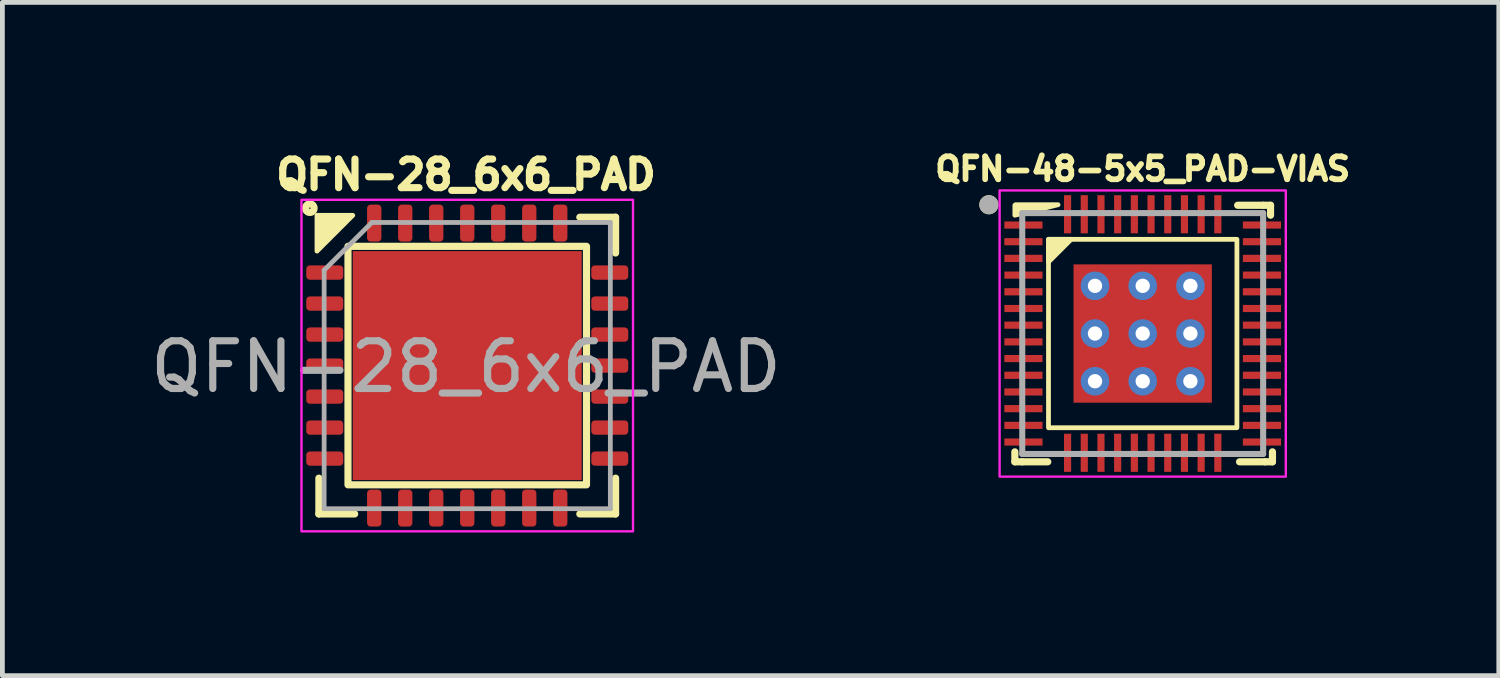
<source format=kicad_pcb>
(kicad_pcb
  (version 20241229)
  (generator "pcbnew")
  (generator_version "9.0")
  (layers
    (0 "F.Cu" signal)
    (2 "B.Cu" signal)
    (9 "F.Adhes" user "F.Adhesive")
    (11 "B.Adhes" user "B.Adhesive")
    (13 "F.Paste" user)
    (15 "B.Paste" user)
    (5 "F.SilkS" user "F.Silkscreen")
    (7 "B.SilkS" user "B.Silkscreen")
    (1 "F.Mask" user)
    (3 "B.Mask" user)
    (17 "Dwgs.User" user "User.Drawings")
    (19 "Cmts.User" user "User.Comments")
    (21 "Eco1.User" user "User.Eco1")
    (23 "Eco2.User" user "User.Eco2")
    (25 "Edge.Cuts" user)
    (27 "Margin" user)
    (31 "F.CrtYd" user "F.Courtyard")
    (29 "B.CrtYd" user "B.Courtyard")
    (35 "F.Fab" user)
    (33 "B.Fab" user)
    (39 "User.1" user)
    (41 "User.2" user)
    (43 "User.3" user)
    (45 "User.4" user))
  (footprint "QFN-28_6x6_PAD"
    (layer "F.Cu")
    (at 6.72 4.614)
    (property "Reference" "QFN-28_6x6_PAD" (at 0 -4 0) (unlocked yes) (layer "F.SilkS") (effects (font (size 0.6 0.6) (thickness 0.15) (bold yes))))
    (attr smd)
    (fp_line (start -3.085 3.11) (end -3.085 2.36) (stroke (width 0.15) (type solid)) (layer "F.SilkS"))
    (fp_line (start -2.335 3.11) (end -3.085 3.11) (stroke (width 0.15) (type solid)) (layer "F.SilkS"))
    (fp_line (start 2.385 -3.11) (end 3.135 -3.11) (stroke (width 0.15) (type solid)) (layer "F.SilkS"))
    (fp_line (start 2.385 3.11) (end 3.135 3.11) (stroke (width 0.15) (type solid)) (layer "F.SilkS"))
    (fp_line (start 3.135 -3.11) (end 3.135 -2.36) (stroke (width 0.15) (type solid)) (layer "F.SilkS"))
    (fp_line (start 3.135 3.11) (end 3.135 2.36) (stroke (width 0.15) (type solid)) (layer "F.SilkS"))
    (fp_rect (start -2.475 -2.5) (end 2.525 2.5) (stroke (width 0.15) (type solid)) (fill no) (layer "F.SilkS"))
    (fp_circle (center -3.275 -3.3) (end -3.185 -3.3) (stroke (width 0.15) (type default)) (fill no) (layer "F.SilkS"))
    (fp_poly (pts (xy -2.375 -3.15) (xy -3.125 -3.15) (xy -3.125 -2.4)) (stroke (width 0.1) (type solid)) (fill yes) (layer "F.SilkS"))
    (fp_rect (start -3.45 -3.475) (end 3.5 3.475) (stroke (width 0.05) (type default)) (fill no) (layer "F.CrtYd"))
    (fp_line (start -2.975 -2) (end -1.975 -3) (stroke (width 0.1) (type solid)) (layer "F.Fab"))
    (fp_line (start -2.975 3) (end -2.975 -2) (stroke (width 0.1) (type solid)) (layer "F.Fab"))
    (fp_line (start -1.975 -3) (end 3.025 -3) (stroke (width 0.1) (type solid)) (layer "F.Fab"))
    (fp_line (start 3.025 -3) (end 3.025 3) (stroke (width 0.1) (type solid)) (layer "F.Fab"))
    (fp_line (start 3.025 3) (end -2.975 3) (stroke (width 0.1) (type solid)) (layer "F.Fab"))
    (fp_text user "${REFERENCE}" (at 0 0.025 0) (unlocked yes) (layer "F.Fab") (effects (font (size 1 1) (thickness 0.15))))
    (pad "" smd roundrect (at -1.575 -1.6) (size 1.29 1.29) (layers "F.Paste") (roundrect_rratio 0.194))
    (pad "" smd roundrect (at -1.575 0) (size 1.29 1.29) (layers "F.Paste") (roundrect_rratio 0.194))
    (pad "" smd roundrect (at -1.575 1.6) (size 1.29 1.29) (layers "F.Paste") (roundrect_rratio 0.194))
    (pad "" smd roundrect (at 0.025 -1.6) (size 1.29 1.29) (layers "F.Paste") (roundrect_rratio 0.194))
    (pad "" smd roundrect (at 0.025 0) (size 1.29 1.29) (layers "F.Paste") (roundrect_rratio 0.194))
    (pad "" smd roundrect (at 0.025 1.6) (size 1.29 1.29) (layers "F.Paste") (roundrect_rratio 0.194))
    (pad "" smd roundrect (at 1.625 -1.6) (size 1.29 1.29) (layers "F.Paste") (roundrect_rratio 0.194))
    (pad "" smd roundrect (at 1.625 0) (size 1.29 1.29) (layers "F.Paste") (roundrect_rratio 0.194))
    (pad "" smd roundrect (at 1.625 1.6) (size 1.29 1.29) (layers "F.Paste") (roundrect_rratio 0.194))
    (pad "1" smd roundrect (at -2.962 -1.95) (size 0.775 0.3) (layers "F.Cu" "F.Mask" "F.Paste") (roundrect_rratio 0.25))
    (pad "2" smd roundrect (at -2.962 -1.3) (size 0.775 0.3) (layers "F.Cu" "F.Mask" "F.Paste") (roundrect_rratio 0.25))
    (pad "3" smd roundrect (at -2.962 -0.65) (size 0.775 0.3) (layers "F.Cu" "F.Mask" "F.Paste") (roundrect_rratio 0.25))
    (pad "4" smd roundrect (at -2.962 0) (size 0.775 0.3) (layers "F.Cu" "F.Mask" "F.Paste") (roundrect_rratio 0.25))
    (pad "5" smd roundrect (at -2.962 0.65) (size 0.775 0.3) (layers "F.Cu" "F.Mask" "F.Paste") (roundrect_rratio 0.25))
    (pad "6" smd roundrect (at -2.962 1.3) (size 0.775 0.3) (layers "F.Cu" "F.Mask" "F.Paste") (roundrect_rratio 0.25))
    (pad "7" smd roundrect (at -2.962 1.95) (size 0.775 0.3) (layers "F.Cu" "F.Mask" "F.Paste") (roundrect_rratio 0.25))
    (pad "8" smd roundrect (at -1.925 2.987) (size 0.3 0.775) (layers "F.Cu" "F.Mask" "F.Paste") (roundrect_rratio 0.25))
    (pad "9" smd roundrect (at -1.275 2.987) (size 0.3 0.775) (layers "F.Cu" "F.Mask" "F.Paste") (roundrect_rratio 0.25))
    (pad "10" smd roundrect (at -0.625 2.987) (size 0.3 0.775) (layers "F.Cu" "F.Mask" "F.Paste") (roundrect_rratio 0.25))
    (pad "11" smd roundrect (at 0.025 2.987) (size 0.3 0.775) (layers "F.Cu" "F.Mask" "F.Paste") (roundrect_rratio 0.25))
    (pad "12" smd roundrect (at 0.675 2.987) (size 0.3 0.775) (layers "F.Cu" "F.Mask" "F.Paste") (roundrect_rratio 0.25))
    (pad "13" smd roundrect (at 1.325 2.987) (size 0.3 0.775) (layers "F.Cu" "F.Mask" "F.Paste") (roundrect_rratio 0.25))
    (pad "14" smd roundrect (at 1.975 2.987) (size 0.3 0.775) (layers "F.Cu" "F.Mask" "F.Paste") (roundrect_rratio 0.25))
    (pad "15" smd roundrect (at 3.013 1.95) (size 0.775 0.3) (layers "F.Cu" "F.Mask" "F.Paste") (roundrect_rratio 0.25))
    (pad "16" smd roundrect (at 3.013 1.3) (size 0.775 0.3) (layers "F.Cu" "F.Mask" "F.Paste") (roundrect_rratio 0.25))
    (pad "17" smd roundrect (at 3.013 0.65) (size 0.775 0.3) (layers "F.Cu" "F.Mask" "F.Paste") (roundrect_rratio 0.25))
    (pad "18" smd roundrect (at 3.013 0) (size 0.775 0.3) (layers "F.Cu" "F.Mask" "F.Paste") (roundrect_rratio 0.25))
    (pad "19" smd roundrect (at 3.013 -0.65) (size 0.775 0.3) (layers "F.Cu" "F.Mask" "F.Paste") (roundrect_rratio 0.25))
    (pad "20" smd roundrect (at 3.013 -1.3) (size 0.775 0.3) (layers "F.Cu" "F.Mask" "F.Paste") (roundrect_rratio 0.25))
    (pad "21" smd roundrect (at 3.013 -1.95) (size 0.775 0.3) (layers "F.Cu" "F.Mask" "F.Paste") (roundrect_rratio 0.25))
    (pad "22" smd roundrect (at 1.975 -2.987) (size 0.3 0.775) (layers "F.Cu" "F.Mask" "F.Paste") (roundrect_rratio 0.25))
    (pad "23" smd roundrect (at 1.325 -2.987) (size 0.3 0.775) (layers "F.Cu" "F.Mask" "F.Paste") (roundrect_rratio 0.25))
    (pad "24" smd roundrect (at 0.675 -2.987) (size 0.3 0.775) (layers "F.Cu" "F.Mask" "F.Paste") (roundrect_rratio 0.25))
    (pad "25" smd roundrect (at 0.025 -2.987) (size 0.3 0.775) (layers "F.Cu" "F.Mask" "F.Paste") (roundrect_rratio 0.25))
    (pad "26" smd roundrect (at -0.625 -2.987) (size 0.3 0.775) (layers "F.Cu" "F.Mask" "F.Paste") (roundrect_rratio 0.25))
    (pad "27" smd roundrect (at -1.275 -2.987) (size 0.3 0.775) (layers "F.Cu" "F.Mask" "F.Paste") (roundrect_rratio 0.25))
    (pad "28" smd roundrect (at -1.925 -2.987) (size 0.3 0.775) (layers "F.Cu" "F.Mask" "F.Paste") (roundrect_rratio 0.25))
    (pad "29" smd rect (at 0.025 0) (size 4.8 4.8) (layers "F.Cu" "F.Mask")))
  (footprint "QFN-48-5x5_PAD-VIAS"
    (layer "F.Cu")
    (at 20.905 3.942)
    (property "Reference" "QFN-48-5x5_PAD-VIAS" (at 0 -3.45 0) (layer "F.SilkS") (effects (font (size 0.48 0.48) (thickness 0.15))))
    (attr smd)
    (fp_line (start -2.68 2.48) (end -2.68 2.689) (stroke (width 0.15) (type solid)) (layer "F.SilkS"))
    (fp_line (start -2.525 2.689) (end -2.68 2.689) (stroke (width 0.15) (type solid)) (layer "F.SilkS"))
    (fp_line (start -2.525 2.689) (end -1.99 2.689) (stroke (width 0.15) (type solid)) (layer "F.SilkS"))
    (fp_line (start 2.525 -2.689) (end 1.99 -2.689) (stroke (width 0.15) (type solid)) (layer "F.SilkS"))
    (fp_line (start 2.565 2.689) (end 2.03 2.689) (stroke (width 0.15) (type solid)) (layer "F.SilkS"))
    (fp_line (start 2.68 -2.689) (end 2.525 -2.689) (stroke (width 0.15) (type solid)) (layer "F.SilkS"))
    (fp_line (start 2.68 -2.689) (end 2.68 -2.48) (stroke (width 0.15) (type solid)) (layer "F.SilkS"))
    (fp_line (start 2.72 2.48) (end 2.72 2.689) (stroke (width 0.15) (type solid)) (layer "F.SilkS"))
    (fp_line (start 2.72 2.689) (end 2.565 2.689) (stroke (width 0.15) (type solid)) (layer "F.SilkS"))
    (fp_rect (start -1.975 -1.975) (end 1.975 1.975) (stroke (width 0.1) (type default)) (fill no) (layer "F.SilkS"))
    (fp_circle (center -3.225 -2.7) (end -3.125 -2.7) (stroke (width 0.2) (type solid)) (fill no) (layer "F.SilkS"))
    (fp_poly (pts (xy -1.975 -1.975) (xy -1.975 -1.5) (xy -1.5 -1.975)) (stroke (width 0.1) (type solid)) (fill yes) (layer "F.SilkS"))
    (fp_poly (pts (xy -2.68 -2.48) (xy -2.68 -2.689) (xy -2.669 -2.7) (xy -1.775 -2.7)) (stroke (width 0.1) (type solid)) (fill yes) (layer "F.SilkS"))
    (fp_poly (pts (xy -1.425 -1.425) (xy -0.115 -1.425) (xy -0.115 -0.115) (xy -1.425 -0.115)) (stroke (width 0.01) (type solid)) (fill yes) (layer "F.Paste"))
    (fp_poly (pts (xy -1.425 0.105) (xy -0.115 0.105) (xy -0.115 1.415) (xy -1.425 1.415)) (stroke (width 0.01) (type solid)) (fill yes) (layer "F.Paste"))
    (fp_poly (pts (xy 0.105 -1.425) (xy 1.415 -1.425) (xy 1.415 -0.115) (xy 0.105 -0.115)) (stroke (width 0.01) (type solid)) (fill yes) (layer "F.Paste"))
    (fp_poly (pts (xy 0.105 0.115) (xy 1.415 0.115) (xy 1.415 1.425) (xy 0.105 1.425)) (stroke (width 0.01) (type solid)) (fill yes) (layer "F.Paste"))
    (fp_rect (start -3 3) (end 3 -3) (stroke (width 0.05) (type default)) (fill no) (layer "F.CrtYd"))
    (fp_line (start -2.525 -2.525) (end -2.525 2.525) (stroke (width 0.127) (type solid)) (layer "F.Fab"))
    (fp_line (start -2.525 2.525) (end 2.525 2.525) (stroke (width 0.127) (type solid)) (layer "F.Fab"))
    (fp_line (start 2.525 -2.525) (end -2.525 -2.525) (stroke (width 0.127) (type solid)) (layer "F.Fab"))
    (fp_line (start 2.525 2.525) (end 2.525 -2.525) (stroke (width 0.127) (type solid)) (layer "F.Fab"))
    (fp_circle (center -3.225 -2.7) (end -3.125 -2.7) (stroke (width 0.2) (type solid)) (fill no) (layer "F.Fab"))
    (pad "1" smd roundrect (at -2.5 -2.275 180) (size 0.8 0.15) (layers "F.Cu" "F.Mask" "F.Paste") (roundrect_rratio 0.01))
    (pad "2" smd roundrect (at -2.5 -1.925 180) (size 0.8 0.15) (layers "F.Cu" "F.Mask" "F.Paste") (roundrect_rratio 0.01))
    (pad "3" smd roundrect (at -2.5 -1.575 180) (size 0.8 0.15) (layers "F.Cu" "F.Mask" "F.Paste") (roundrect_rratio 0.01))
    (pad "4" smd roundrect (at -2.5 -1.225 180) (size 0.8 0.15) (layers "F.Cu" "F.Mask" "F.Paste") (roundrect_rratio 0.01))
    (pad "5" smd roundrect (at -2.5 -0.875 180) (size 0.8 0.15) (layers "F.Cu" "F.Mask" "F.Paste") (roundrect_rratio 0.01))
    (pad "6" smd roundrect (at -2.5 -0.525 180) (size 0.8 0.15) (layers "F.Cu" "F.Mask" "F.Paste") (roundrect_rratio 0.01))
    (pad "7" smd roundrect (at -2.5 -0.175 180) (size 0.8 0.15) (layers "F.Cu" "F.Mask" "F.Paste") (roundrect_rratio 0.01))
    (pad "8" smd roundrect (at -2.5 0.175 180) (size 0.8 0.15) (layers "F.Cu" "F.Mask" "F.Paste") (roundrect_rratio 0.01))
    (pad "9" smd roundrect (at -2.5 0.525 180) (size 0.8 0.15) (layers "F.Cu" "F.Mask" "F.Paste") (roundrect_rratio 0.01))
    (pad "10" smd roundrect (at -2.5 0.875 180) (size 0.8 0.15) (layers "F.Cu" "F.Mask" "F.Paste") (roundrect_rratio 0.01))
    (pad "11" smd roundrect (at -2.5 1.225 180) (size 0.8 0.15) (layers "F.Cu" "F.Mask" "F.Paste") (roundrect_rratio 0.01))
    (pad "12" smd roundrect (at -2.5 1.575 180) (size 0.8 0.15) (layers "F.Cu" "F.Mask" "F.Paste") (roundrect_rratio 0.01))
    (pad "13" smd roundrect (at -2.5 1.925 180) (size 0.8 0.15) (layers "F.Cu" "F.Mask" "F.Paste") (roundrect_rratio 0.01))
    (pad "14" smd roundrect (at -2.5 2.275 180) (size 0.8 0.15) (layers "F.Cu" "F.Mask" "F.Paste") (roundrect_rratio 0.01))
    (pad "15" smd roundrect (at -1.575 2.5 270) (size 0.8 0.15) (layers "F.Cu" "F.Mask" "F.Paste") (roundrect_rratio 0.01))
    (pad "16" smd roundrect (at -1.225 2.5 270) (size 0.8 0.15) (layers "F.Cu" "F.Mask" "F.Paste") (roundrect_rratio 0.01))
    (pad "17" smd roundrect (at -0.875 2.5 270) (size 0.8 0.15) (layers "F.Cu" "F.Mask" "F.Paste") (roundrect_rratio 0.01))
    (pad "18" smd roundrect (at -0.525 2.5 270) (size 0.8 0.15) (layers "F.Cu" "F.Mask" "F.Paste") (roundrect_rratio 0.01))
    (pad "19" smd roundrect (at -0.175 2.5 270) (size 0.8 0.15) (layers "F.Cu" "F.Mask" "F.Paste") (roundrect_rratio 0.01))
    (pad "20" smd roundrect (at 0.175 2.5 270) (size 0.8 0.15) (layers "F.Cu" "F.Mask" "F.Paste") (roundrect_rratio 0.01))
    (pad "21" smd roundrect (at 0.525 2.5 270) (size 0.8 0.15) (layers "F.Cu" "F.Mask" "F.Paste") (roundrect_rratio 0.01))
    (pad "22" smd roundrect (at 0.875 2.5 270) (size 0.8 0.15) (layers "F.Cu" "F.Mask" "F.Paste") (roundrect_rratio 0.01))
    (pad "23" smd roundrect (at 1.225 2.5 270) (size 0.8 0.15) (layers "F.Cu" "F.Mask" "F.Paste") (roundrect_rratio 0.01))
    (pad "24" smd roundrect (at 1.575 2.5 270) (size 0.8 0.15) (layers "F.Cu" "F.Mask" "F.Paste") (roundrect_rratio 0.01))
    (pad "25" smd roundrect (at 2.5 2.275 180) (size 0.8 0.15) (layers "F.Cu" "F.Mask" "F.Paste") (roundrect_rratio 0.01))
    (pad "26" smd roundrect (at 2.5 1.925 180) (size 0.8 0.15) (layers "F.Cu" "F.Mask" "F.Paste") (roundrect_rratio 0.01))
    (pad "27" smd roundrect (at 2.5 1.575 180) (size 0.8 0.15) (layers "F.Cu" "F.Mask" "F.Paste") (roundrect_rratio 0.01))
    (pad "28" smd roundrect (at 2.5 1.225 180) (size 0.8 0.15) (layers "F.Cu" "F.Mask" "F.Paste") (roundrect_rratio 0.01))
    (pad "29" smd roundrect (at 2.5 0.875 180) (size 0.8 0.15) (layers "F.Cu" "F.Mask" "F.Paste") (roundrect_rratio 0.01))
    (pad "30" smd roundrect (at 2.5 0.525 180) (size 0.8 0.15) (layers "F.Cu" "F.Mask" "F.Paste") (roundrect_rratio 0.01))
    (pad "31" smd roundrect (at 2.5 0.175 180) (size 0.8 0.15) (layers "F.Cu" "F.Mask" "F.Paste") (roundrect_rratio 0.01))
    (pad "32" smd roundrect (at 2.5 -0.175 180) (size 0.8 0.15) (layers "F.Cu" "F.Mask" "F.Paste") (roundrect_rratio 0.01))
    (pad "33" smd roundrect (at 2.5 -0.525 180) (size 0.8 0.15) (layers "F.Cu" "F.Mask" "F.Paste") (roundrect_rratio 0.01))
    (pad "34" smd roundrect (at 2.5 -0.875 180) (size 0.8 0.15) (layers "F.Cu" "F.Mask" "F.Paste") (roundrect_rratio 0.01))
    (pad "35" smd roundrect (at 2.5 -1.225 180) (size 0.8 0.15) (layers "F.Cu" "F.Mask" "F.Paste") (roundrect_rratio 0.01))
    (pad "36" smd roundrect (at 2.5 -1.575 180) (size 0.8 0.15) (layers "F.Cu" "F.Mask" "F.Paste") (roundrect_rratio 0.01))
    (pad "37" smd roundrect (at 2.5 -1.925 180) (size 0.8 0.15) (layers "F.Cu" "F.Mask" "F.Paste") (roundrect_rratio 0.01))
    (pad "38" smd roundrect (at 2.5 -2.275 180) (size 0.8 0.15) (layers "F.Cu" "F.Mask" "F.Paste") (roundrect_rratio 0.01))
    (pad "39" smd roundrect (at 1.575 -2.5 270) (size 0.8 0.15) (layers "F.Cu" "F.Mask" "F.Paste") (roundrect_rratio 0.01))
    (pad "40" smd roundrect (at 1.225 -2.5 270) (size 0.8 0.15) (layers "F.Cu" "F.Mask" "F.Paste") (roundrect_rratio 0.01))
    (pad "41" smd roundrect (at 0.875 -2.5 270) (size 0.8 0.15) (layers "F.Cu" "F.Mask" "F.Paste") (roundrect_rratio 0.01))
    (pad "42" smd roundrect (at 0.525 -2.5 270) (size 0.8 0.15) (layers "F.Cu" "F.Mask" "F.Paste") (roundrect_rratio 0.01))
    (pad "43" smd roundrect (at 0.175 -2.5 270) (size 0.8 0.15) (layers "F.Cu" "F.Mask" "F.Paste") (roundrect_rratio 0.01))
    (pad "44" smd roundrect (at -0.175 -2.5 270) (size 0.8 0.15) (layers "F.Cu" "F.Mask" "F.Paste") (roundrect_rratio 0.01))
    (pad "45" smd roundrect (at -0.525 -2.5 270) (size 0.8 0.15) (layers "F.Cu" "F.Mask" "F.Paste") (roundrect_rratio 0.01))
    (pad "46" smd roundrect (at -0.875 -2.5 270) (size 0.8 0.15) (layers "F.Cu" "F.Mask" "F.Paste") (roundrect_rratio 0.01))
    (pad "47" smd roundrect (at -1.225 -2.5 270) (size 0.8 0.15) (layers "F.Cu" "F.Mask" "F.Paste") (roundrect_rratio 0.01))
    (pad "48" smd roundrect (at -1.575 -2.5 270) (size 0.8 0.15) (layers "F.Cu" "F.Mask" "F.Paste") (roundrect_rratio 0.01))
    (pad "49" thru_hole circle (at -1 -1) (size 0.6 0.6) (drill 0.3) (layers "*.Cu" "*.Mask"))
    (pad "49" thru_hole circle (at -1 0) (size 0.6 0.6) (drill 0.3) (layers "*.Cu" "*.Mask"))
    (pad "49" thru_hole circle (at -1 1) (size 0.6 0.6) (drill 0.3) (layers "*.Cu" "*.Mask"))
    (pad "49" thru_hole circle (at 0 -1) (size 0.6 0.6) (drill 0.3) (layers "*.Cu" "*.Mask"))
    (pad "49" thru_hole circle (at 0 0) (size 0.6 0.6) (drill 0.3) (layers "*.Cu" "*.Mask"))
    (pad "49" smd rect (at 0 0) (size 2.9 2.9) (layers "F.Cu" "F.Mask"))
    (pad "49" thru_hole circle (at 0 1) (size 0.6 0.6) (drill 0.3) (layers "*.Cu" "*.Mask"))
    (pad "49" thru_hole circle (at 1 -1) (size 0.6 0.6) (drill 0.3) (layers "*.Cu" "*.Mask"))
    (pad "49" thru_hole circle (at 1 0) (size 0.6 0.6) (drill 0.3) (layers "*.Cu" "*.Mask"))
    (pad "49" thru_hole circle (at 1 1) (size 0.6 0.6) (drill 0.3) (layers "*.Cu" "*.Mask")))
  (gr_rect
    (start -3 -3)
    (end 28.37 11.114)
    (stroke (width 0.1) (type default))
    (fill no)
    (layer "Edge.Cuts")))
</source>
